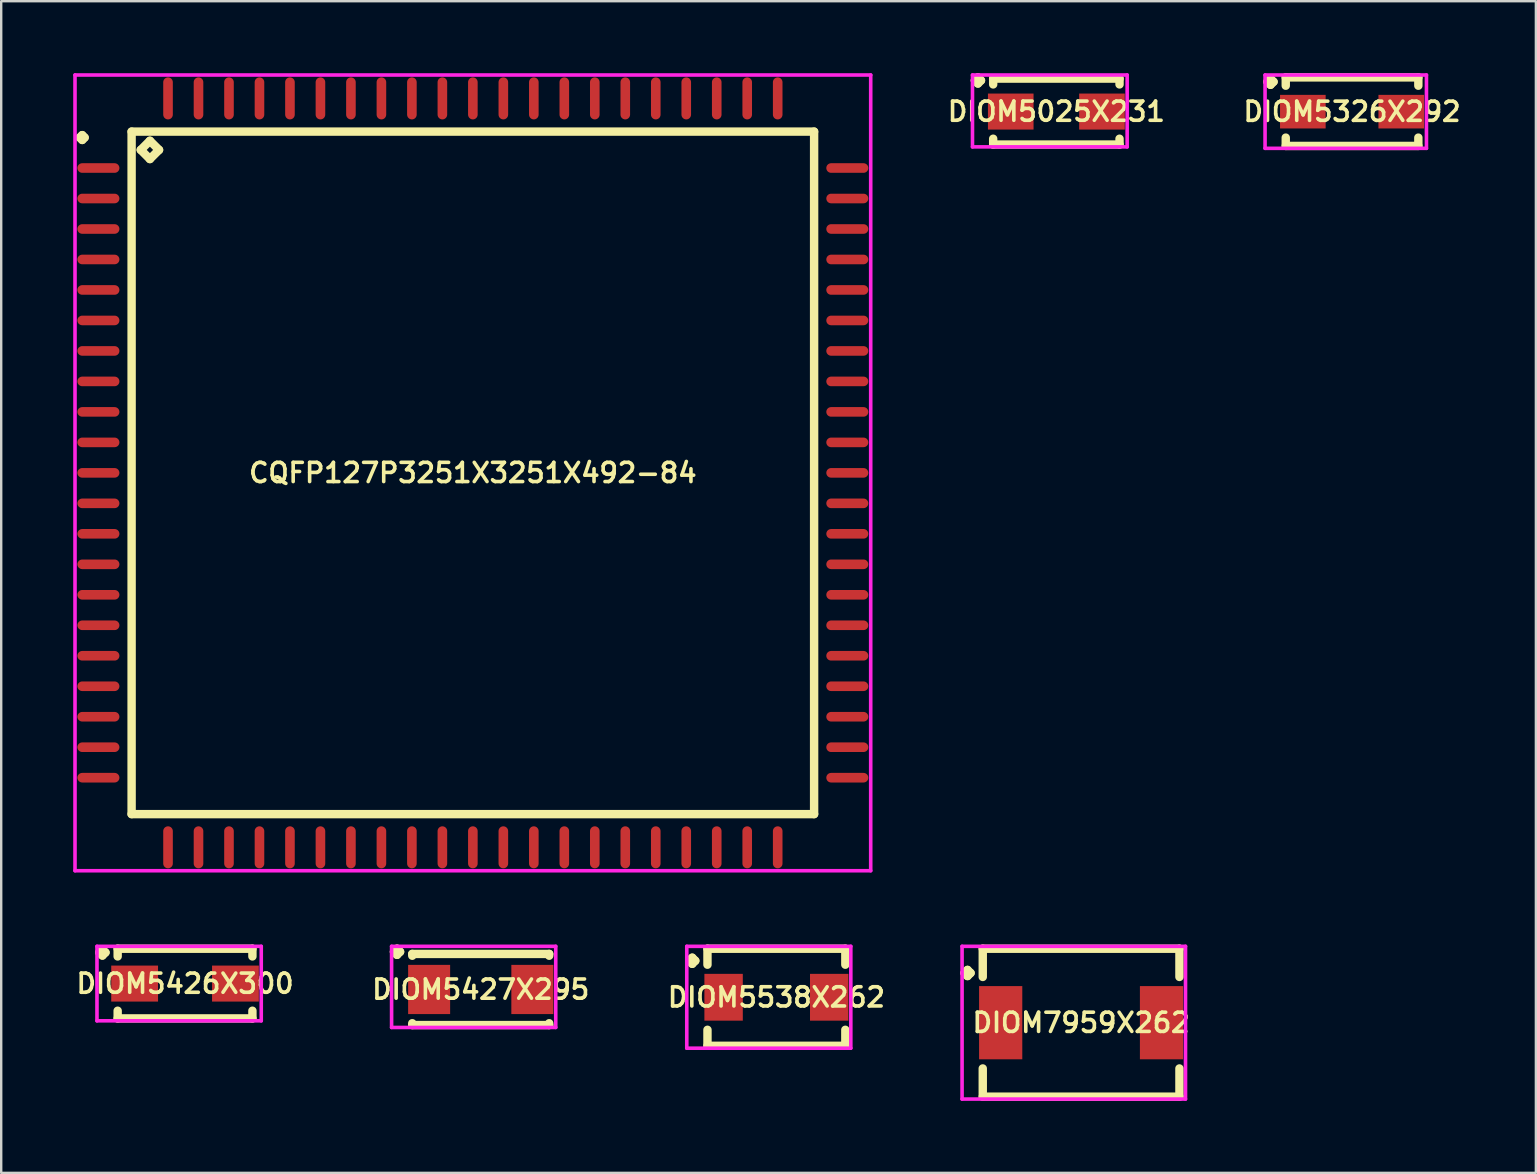
<source format=kicad_pcb>
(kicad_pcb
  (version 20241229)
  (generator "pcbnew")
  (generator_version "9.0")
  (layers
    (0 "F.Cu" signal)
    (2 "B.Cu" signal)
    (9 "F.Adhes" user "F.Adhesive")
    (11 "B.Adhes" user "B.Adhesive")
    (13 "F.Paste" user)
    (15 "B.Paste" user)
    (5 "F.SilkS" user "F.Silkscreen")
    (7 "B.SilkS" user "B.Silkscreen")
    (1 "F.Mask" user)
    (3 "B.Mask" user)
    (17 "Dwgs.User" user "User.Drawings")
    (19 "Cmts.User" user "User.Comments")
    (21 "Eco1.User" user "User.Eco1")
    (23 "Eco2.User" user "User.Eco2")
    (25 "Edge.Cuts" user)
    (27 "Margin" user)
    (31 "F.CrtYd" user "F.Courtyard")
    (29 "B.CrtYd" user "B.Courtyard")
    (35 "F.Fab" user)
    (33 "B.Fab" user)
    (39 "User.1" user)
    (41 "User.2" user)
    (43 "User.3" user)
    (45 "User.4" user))
  (footprint "CQFP127P3251X3251X492-84"
    (layer "F.Cu")
    (at 16.65 16.65)
    (property "Reference" "CQFP127P3251X3251X492-84" (at 0 0 0) (layer "F.SilkS") (effects (font (size 0.8 0.8) (thickness 0.15))))
    (attr smd)
    (fp_line (start -16.375 -13.97) (end -16.275 -14.07) (stroke (width 0.35) (type solid)) (layer "F.SilkS"))
    (fp_line (start -16.275 -14.07) (end -16.175 -13.97) (stroke (width 0.35) (type solid)) (layer "F.SilkS"))
    (fp_line (start -16.275 -13.87) (end -16.375 -13.97) (stroke (width 0.35) (type solid)) (layer "F.SilkS"))
    (fp_line (start -16.175 -13.97) (end -16.275 -13.87) (stroke (width 0.35) (type solid)) (layer "F.SilkS"))
    (fp_line (start -14.217 -14.217) (end -14.217 14.217) (stroke (width 0.35) (type solid)) (layer "F.SilkS"))
    (fp_line (start -14.217 14.217) (end 14.217 14.217) (stroke (width 0.35) (type solid)) (layer "F.SilkS"))
    (fp_line (start -13.836 -13.455) (end -13.455 -13.836) (stroke (width 0.35) (type solid)) (layer "F.SilkS"))
    (fp_line (start -13.455 -13.836) (end -13.074 -13.455) (stroke (width 0.35) (type solid)) (layer "F.SilkS"))
    (fp_line (start -13.455 -13.074) (end -13.836 -13.455) (stroke (width 0.35) (type solid)) (layer "F.SilkS"))
    (fp_line (start -13.074 -13.455) (end -13.455 -13.074) (stroke (width 0.35) (type solid)) (layer "F.SilkS"))
    (fp_line (start 14.217 -14.217) (end -14.217 -14.217) (stroke (width 0.35) (type solid)) (layer "F.SilkS"))
    (fp_line (start 14.217 14.217) (end 14.217 -14.217) (stroke (width 0.35) (type solid)) (layer "F.SilkS"))
    (fp_line (start -16.575 -16.575) (end 16.575 -16.575) (stroke (width 0.15) (type solid)) (layer "F.CrtYd"))
    (fp_line (start -16.575 16.575) (end -16.575 -16.575) (stroke (width 0.15) (type solid)) (layer "F.CrtYd"))
    (fp_line (start 16.575 -16.575) (end 16.575 16.575) (stroke (width 0.15) (type solid)) (layer "F.CrtYd"))
    (fp_line (start 16.575 16.575) (end -16.575 16.575) (stroke (width 0.15) (type solid)) (layer "F.CrtYd"))
    (pad "1" smd oval (at -15.6 -12.7) (size 1.75 0.4) (layers "F.Cu" "F.Mask" "F.Paste"))
    (pad "2" smd oval (at -15.6 -11.43) (size 1.75 0.4) (layers "F.Cu" "F.Mask" "F.Paste"))
    (pad "3" smd oval (at -15.6 -10.16) (size 1.75 0.4) (layers "F.Cu" "F.Mask" "F.Paste"))
    (pad "4" smd oval (at -15.6 -8.89) (size 1.75 0.4) (layers "F.Cu" "F.Mask" "F.Paste"))
    (pad "5" smd oval (at -15.6 -7.62) (size 1.75 0.4) (layers "F.Cu" "F.Mask" "F.Paste"))
    (pad "6" smd oval (at -15.6 -6.35) (size 1.75 0.4) (layers "F.Cu" "F.Mask" "F.Paste"))
    (pad "7" smd oval (at -15.6 -5.08) (size 1.75 0.4) (layers "F.Cu" "F.Mask" "F.Paste"))
    (pad "8" smd oval (at -15.6 -3.81) (size 1.75 0.4) (layers "F.Cu" "F.Mask" "F.Paste"))
    (pad "9" smd oval (at -15.6 -2.54) (size 1.75 0.4) (layers "F.Cu" "F.Mask" "F.Paste"))
    (pad "10" smd oval (at -15.6 -1.27) (size 1.75 0.4) (layers "F.Cu" "F.Mask" "F.Paste"))
    (pad "11" smd oval (at -15.6 0) (size 1.75 0.4) (layers "F.Cu" "F.Mask" "F.Paste"))
    (pad "12" smd oval (at -15.6 1.27) (size 1.75 0.4) (layers "F.Cu" "F.Mask" "F.Paste"))
    (pad "13" smd oval (at -15.6 2.54) (size 1.75 0.4) (layers "F.Cu" "F.Mask" "F.Paste"))
    (pad "14" smd oval (at -15.6 3.81) (size 1.75 0.4) (layers "F.Cu" "F.Mask" "F.Paste"))
    (pad "15" smd oval (at -15.6 5.08) (size 1.75 0.4) (layers "F.Cu" "F.Mask" "F.Paste"))
    (pad "16" smd oval (at -15.6 6.35) (size 1.75 0.4) (layers "F.Cu" "F.Mask" "F.Paste"))
    (pad "17" smd oval (at -15.6 7.62) (size 1.75 0.4) (layers "F.Cu" "F.Mask" "F.Paste"))
    (pad "18" smd oval (at -15.6 8.89) (size 1.75 0.4) (layers "F.Cu" "F.Mask" "F.Paste"))
    (pad "19" smd oval (at -15.6 10.16) (size 1.75 0.4) (layers "F.Cu" "F.Mask" "F.Paste"))
    (pad "20" smd oval (at -15.6 11.43) (size 1.75 0.4) (layers "F.Cu" "F.Mask" "F.Paste"))
    (pad "21" smd oval (at -15.6 12.7) (size 1.75 0.4) (layers "F.Cu" "F.Mask" "F.Paste"))
    (pad "22" smd oval (at -12.7 15.6) (size 0.4 1.75) (layers "F.Cu" "F.Mask" "F.Paste"))
    (pad "23" smd oval (at -11.43 15.6) (size 0.4 1.75) (layers "F.Cu" "F.Mask" "F.Paste"))
    (pad "24" smd oval (at -10.16 15.6) (size 0.4 1.75) (layers "F.Cu" "F.Mask" "F.Paste"))
    (pad "25" smd oval (at -8.89 15.6) (size 0.4 1.75) (layers "F.Cu" "F.Mask" "F.Paste"))
    (pad "26" smd oval (at -7.62 15.6) (size 0.4 1.75) (layers "F.Cu" "F.Mask" "F.Paste"))
    (pad "27" smd oval (at -6.35 15.6) (size 0.4 1.75) (layers "F.Cu" "F.Mask" "F.Paste"))
    (pad "28" smd oval (at -5.08 15.6) (size 0.4 1.75) (layers "F.Cu" "F.Mask" "F.Paste"))
    (pad "29" smd oval (at -3.81 15.6) (size 0.4 1.75) (layers "F.Cu" "F.Mask" "F.Paste"))
    (pad "30" smd oval (at -2.54 15.6) (size 0.4 1.75) (layers "F.Cu" "F.Mask" "F.Paste"))
    (pad "31" smd oval (at -1.27 15.6) (size 0.4 1.75) (layers "F.Cu" "F.Mask" "F.Paste"))
    (pad "32" smd oval (at 0 15.6) (size 0.4 1.75) (layers "F.Cu" "F.Mask" "F.Paste"))
    (pad "33" smd oval (at 1.27 15.6) (size 0.4 1.75) (layers "F.Cu" "F.Mask" "F.Paste"))
    (pad "34" smd oval (at 2.54 15.6) (size 0.4 1.75) (layers "F.Cu" "F.Mask" "F.Paste"))
    (pad "35" smd oval (at 3.81 15.6) (size 0.4 1.75) (layers "F.Cu" "F.Mask" "F.Paste"))
    (pad "36" smd oval (at 5.08 15.6) (size 0.4 1.75) (layers "F.Cu" "F.Mask" "F.Paste"))
    (pad "37" smd oval (at 6.35 15.6) (size 0.4 1.75) (layers "F.Cu" "F.Mask" "F.Paste"))
    (pad "38" smd oval (at 7.62 15.6) (size 0.4 1.75) (layers "F.Cu" "F.Mask" "F.Paste"))
    (pad "39" smd oval (at 8.89 15.6) (size 0.4 1.75) (layers "F.Cu" "F.Mask" "F.Paste"))
    (pad "40" smd oval (at 10.16 15.6) (size 0.4 1.75) (layers "F.Cu" "F.Mask" "F.Paste"))
    (pad "41" smd oval (at 11.43 15.6) (size 0.4 1.75) (layers "F.Cu" "F.Mask" "F.Paste"))
    (pad "42" smd oval (at 12.7 15.6) (size 0.4 1.75) (layers "F.Cu" "F.Mask" "F.Paste"))
    (pad "43" smd oval (at 15.6 12.7) (size 1.75 0.4) (layers "F.Cu" "F.Mask" "F.Paste"))
    (pad "44" smd oval (at 15.6 11.43) (size 1.75 0.4) (layers "F.Cu" "F.Mask" "F.Paste"))
    (pad "45" smd oval (at 15.6 10.16) (size 1.75 0.4) (layers "F.Cu" "F.Mask" "F.Paste"))
    (pad "46" smd oval (at 15.6 8.89) (size 1.75 0.4) (layers "F.Cu" "F.Mask" "F.Paste"))
    (pad "47" smd oval (at 15.6 7.62) (size 1.75 0.4) (layers "F.Cu" "F.Mask" "F.Paste"))
    (pad "48" smd oval (at 15.6 6.35) (size 1.75 0.4) (layers "F.Cu" "F.Mask" "F.Paste"))
    (pad "49" smd oval (at 15.6 5.08) (size 1.75 0.4) (layers "F.Cu" "F.Mask" "F.Paste"))
    (pad "50" smd oval (at 15.6 3.81) (size 1.75 0.4) (layers "F.Cu" "F.Mask" "F.Paste"))
    (pad "51" smd oval (at 15.6 2.54) (size 1.75 0.4) (layers "F.Cu" "F.Mask" "F.Paste"))
    (pad "52" smd oval (at 15.6 1.27) (size 1.75 0.4) (layers "F.Cu" "F.Mask" "F.Paste"))
    (pad "53" smd oval (at 15.6 0) (size 1.75 0.4) (layers "F.Cu" "F.Mask" "F.Paste"))
    (pad "54" smd oval (at 15.6 -1.27) (size 1.75 0.4) (layers "F.Cu" "F.Mask" "F.Paste"))
    (pad "55" smd oval (at 15.6 -2.54) (size 1.75 0.4) (layers "F.Cu" "F.Mask" "F.Paste"))
    (pad "56" smd oval (at 15.6 -3.81) (size 1.75 0.4) (layers "F.Cu" "F.Mask" "F.Paste"))
    (pad "57" smd oval (at 15.6 -5.08) (size 1.75 0.4) (layers "F.Cu" "F.Mask" "F.Paste"))
    (pad "58" smd oval (at 15.6 -6.35) (size 1.75 0.4) (layers "F.Cu" "F.Mask" "F.Paste"))
    (pad "59" smd oval (at 15.6 -7.62) (size 1.75 0.4) (layers "F.Cu" "F.Mask" "F.Paste"))
    (pad "60" smd oval (at 15.6 -8.89) (size 1.75 0.4) (layers "F.Cu" "F.Mask" "F.Paste"))
    (pad "61" smd oval (at 15.6 -10.16) (size 1.75 0.4) (layers "F.Cu" "F.Mask" "F.Paste"))
    (pad "62" smd oval (at 15.6 -11.43) (size 1.75 0.4) (layers "F.Cu" "F.Mask" "F.Paste"))
    (pad "63" smd oval (at 15.6 -12.7) (size 1.75 0.4) (layers "F.Cu" "F.Mask" "F.Paste"))
    (pad "64" smd oval (at 12.7 -15.6) (size 0.4 1.75) (layers "F.Cu" "F.Mask" "F.Paste"))
    (pad "65" smd oval (at 11.43 -15.6) (size 0.4 1.75) (layers "F.Cu" "F.Mask" "F.Paste"))
    (pad "66" smd oval (at 10.16 -15.6) (size 0.4 1.75) (layers "F.Cu" "F.Mask" "F.Paste"))
    (pad "67" smd oval (at 8.89 -15.6) (size 0.4 1.75) (layers "F.Cu" "F.Mask" "F.Paste"))
    (pad "68" smd oval (at 7.62 -15.6) (size 0.4 1.75) (layers "F.Cu" "F.Mask" "F.Paste"))
    (pad "69" smd oval (at 6.35 -15.6) (size 0.4 1.75) (layers "F.Cu" "F.Mask" "F.Paste"))
    (pad "70" smd oval (at 5.08 -15.6) (size 0.4 1.75) (layers "F.Cu" "F.Mask" "F.Paste"))
    (pad "71" smd oval (at 3.81 -15.6) (size 0.4 1.75) (layers "F.Cu" "F.Mask" "F.Paste"))
    (pad "72" smd oval (at 2.54 -15.6) (size 0.4 1.75) (layers "F.Cu" "F.Mask" "F.Paste"))
    (pad "73" smd oval (at 1.27 -15.6) (size 0.4 1.75) (layers "F.Cu" "F.Mask" "F.Paste"))
    (pad "74" smd oval (at 0 -15.6) (size 0.4 1.75) (layers "F.Cu" "F.Mask" "F.Paste"))
    (pad "75" smd oval (at -1.27 -15.6) (size 0.4 1.75) (layers "F.Cu" "F.Mask" "F.Paste"))
    (pad "76" smd oval (at -2.54 -15.6) (size 0.4 1.75) (layers "F.Cu" "F.Mask" "F.Paste"))
    (pad "77" smd oval (at -3.81 -15.6) (size 0.4 1.75) (layers "F.Cu" "F.Mask" "F.Paste"))
    (pad "78" smd oval (at -5.08 -15.6) (size 0.4 1.75) (layers "F.Cu" "F.Mask" "F.Paste"))
    (pad "79" smd oval (at -6.35 -15.6) (size 0.4 1.75) (layers "F.Cu" "F.Mask" "F.Paste"))
    (pad "80" smd oval (at -7.62 -15.6) (size 0.4 1.75) (layers "F.Cu" "F.Mask" "F.Paste"))
    (pad "81" smd oval (at -8.89 -15.6) (size 0.4 1.75) (layers "F.Cu" "F.Mask" "F.Paste"))
    (pad "82" smd oval (at -10.16 -15.6) (size 0.4 1.75) (layers "F.Cu" "F.Mask" "F.Paste"))
    (pad "83" smd oval (at -11.43 -15.6) (size 0.4 1.75) (layers "F.Cu" "F.Mask" "F.Paste"))
    (pad "84" smd oval (at -12.7 -15.6) (size 0.4 1.75) (layers "F.Cu" "F.Mask" "F.Paste")))
  (footprint "DIOM5427X295"
    (layer "F.Cu")
    (at 16.978 38.173)
    (property "Reference" "DIOM5427X295" (at 0 0 0) (layer "F.SilkS") (effects (font (size 0.8 0.8) (thickness 0.15))))
    (attr through_hole)
    (fp_line (start -3.614 -1.571) (end -3.487 -1.698) (stroke (width 0.35) (type solid)) (layer "F.SilkS"))
    (fp_line (start -3.487 -1.698) (end -3.36 -1.571) (stroke (width 0.35) (type solid)) (layer "F.SilkS"))
    (fp_line (start -3.487 -1.444) (end -3.614 -1.571) (stroke (width 0.35) (type solid)) (layer "F.SilkS"))
    (fp_line (start -3.36 -1.571) (end -3.487 -1.444) (stroke (width 0.35) (type solid)) (layer "F.SilkS"))
    (fp_line (start -2.852 -1.482) (end 2.852 -1.482) (stroke (width 0.35) (type solid)) (layer "F.SilkS"))
    (fp_line (start -2.852 -1.406) (end -2.852 -1.482) (stroke (width 0.35) (type solid)) (layer "F.SilkS"))
    (fp_line (start -2.852 1.406) (end -2.852 1.482) (stroke (width 0.35) (type solid)) (layer "F.SilkS"))
    (fp_line (start -2.852 1.482) (end 2.852 1.482) (stroke (width 0.35) (type solid)) (layer "F.SilkS"))
    (fp_line (start 2.852 -1.482) (end 2.852 -1.406) (stroke (width 0.35) (type solid)) (layer "F.SilkS"))
    (fp_line (start 2.852 1.482) (end 2.852 1.406) (stroke (width 0.35) (type solid)) (layer "F.SilkS"))
    (fp_line (start -3.714 -1.798) (end 3.125 -1.798) (stroke (width 0.15) (type solid)) (layer "F.CrtYd"))
    (fp_line (start -3.714 1.582) (end -3.714 -1.798) (stroke (width 0.15) (type solid)) (layer "F.CrtYd"))
    (fp_line (start 3.125 -1.798) (end 3.125 1.582) (stroke (width 0.15) (type solid)) (layer "F.CrtYd"))
    (fp_line (start 3.125 1.582) (end -3.714 1.582) (stroke (width 0.15) (type solid)) (layer "F.CrtYd"))
    (pad "1" smd rect (at -2.15 0) (size 1.75 2.05) (layers "F.Cu" "F.Mask" "F.Paste"))
    (pad "2" smd rect (at 2.15 0) (size 1.75 2.05) (layers "F.Cu" "F.Mask" "F.Paste")))
  (footprint "DIOM5025X231"
    (layer "F.Cu")
    (at 40.959 1.598)
    (property "Reference" "DIOM5025X231" (at 0 0 0) (layer "F.SilkS") (effects (font (size 0.8 0.8) (thickness 0.15))))
    (attr through_hole)
    (fp_line (start -3.394 -1.296) (end -3.267 -1.423) (stroke (width 0.35) (type solid)) (layer "F.SilkS"))
    (fp_line (start -3.267 -1.423) (end -3.14 -1.296) (stroke (width 0.35) (type solid)) (layer "F.SilkS"))
    (fp_line (start -3.267 -1.169) (end -3.394 -1.296) (stroke (width 0.35) (type solid)) (layer "F.SilkS"))
    (fp_line (start -3.14 -1.296) (end -3.267 -1.169) (stroke (width 0.35) (type solid)) (layer "F.SilkS"))
    (fp_line (start -2.632 -1.372) (end 2.632 -1.372) (stroke (width 0.35) (type solid)) (layer "F.SilkS"))
    (fp_line (start -2.632 -1.131) (end -2.632 -1.372) (stroke (width 0.35) (type solid)) (layer "F.SilkS"))
    (fp_line (start -2.632 1.131) (end -2.632 1.372) (stroke (width 0.35) (type solid)) (layer "F.SilkS"))
    (fp_line (start -2.632 1.372) (end 2.632 1.372) (stroke (width 0.35) (type solid)) (layer "F.SilkS"))
    (fp_line (start 2.632 -1.372) (end 2.632 -1.131) (stroke (width 0.35) (type solid)) (layer "F.SilkS"))
    (fp_line (start 2.632 1.372) (end 2.632 1.131) (stroke (width 0.35) (type solid)) (layer "F.SilkS"))
    (fp_line (start -3.494 -1.523) (end 2.95 -1.523) (stroke (width 0.15) (type solid)) (layer "F.CrtYd"))
    (fp_line (start -3.494 1.472) (end -3.494 -1.523) (stroke (width 0.15) (type solid)) (layer "F.CrtYd"))
    (fp_line (start 2.95 -1.523) (end 2.95 1.472) (stroke (width 0.15) (type solid)) (layer "F.CrtYd"))
    (fp_line (start 2.95 1.472) (end -3.494 1.472) (stroke (width 0.15) (type solid)) (layer "F.CrtYd"))
    (pad "1" smd rect (at -1.9 0) (size 1.9 1.5) (layers "F.Cu" "F.Mask" "F.Paste"))
    (pad "2" smd rect (at 1.9 0) (size 1.9 1.5) (layers "F.Cu" "F.Mask" "F.Paste")))
  (footprint "DIOM7959X262"
    (layer "F.Cu")
    (at 41.99 39.557)
    (property "Reference" "DIOM7959X262" (at 0 0 0) (layer "F.SilkS") (effects (font (size 0.8 0.8) (thickness 0.15))))
    (attr smd)
    (fp_line (start -4.859 -2.071) (end -4.732 -2.198) (stroke (width 0.35) (type solid)) (layer "F.SilkS"))
    (fp_line (start -4.732 -2.198) (end -4.605 -2.071) (stroke (width 0.35) (type solid)) (layer "F.SilkS"))
    (fp_line (start -4.732 -1.944) (end -4.859 -2.071) (stroke (width 0.35) (type solid)) (layer "F.SilkS"))
    (fp_line (start -4.605 -2.071) (end -4.732 -1.944) (stroke (width 0.35) (type solid)) (layer "F.SilkS"))
    (fp_line (start -4.097 -3.082) (end 4.097 -3.082) (stroke (width 0.35) (type solid)) (layer "F.SilkS"))
    (fp_line (start -4.097 -1.906) (end -4.097 -3.082) (stroke (width 0.35) (type solid)) (layer "F.SilkS"))
    (fp_line (start -4.097 1.906) (end -4.097 3.082) (stroke (width 0.35) (type solid)) (layer "F.SilkS"))
    (fp_line (start -4.097 3.082) (end 4.097 3.082) (stroke (width 0.35) (type solid)) (layer "F.SilkS"))
    (fp_line (start 4.097 -3.082) (end 4.097 -1.906) (stroke (width 0.35) (type solid)) (layer "F.SilkS"))
    (fp_line (start 4.097 3.082) (end 4.097 1.906) (stroke (width 0.35) (type solid)) (layer "F.SilkS"))
    (fp_line (start -4.959 -3.182) (end 4.35 -3.182) (stroke (width 0.15) (type solid)) (layer "F.CrtYd"))
    (fp_line (start -4.959 3.182) (end -4.959 -3.182) (stroke (width 0.15) (type solid)) (layer "F.CrtYd"))
    (fp_line (start 4.35 -3.182) (end 4.35 3.182) (stroke (width 0.15) (type solid)) (layer "F.CrtYd"))
    (fp_line (start 4.35 3.182) (end -4.959 3.182) (stroke (width 0.15) (type solid)) (layer "F.CrtYd"))
    (pad "1" smd rect (at -3.35 0) (size 1.8 3.05) (layers "F.Cu" "F.Mask" "F.Paste"))
    (pad "2" smd rect (at 3.35 0) (size 1.8 3.05) (layers "F.Cu" "F.Mask" "F.Paste")))
  (footprint "DIOM5426X300"
    (layer "F.Cu")
    (at 4.659 37.927)
    (property "Reference" "DIOM5426X300" (at 0 0 0) (layer "F.SilkS") (effects (font (size 0.8 0.8) (thickness 0.15))))
    (attr through_hole)
    (fp_line (start -3.569 -1.296) (end -3.442 -1.423) (stroke (width 0.35) (type solid)) (layer "F.SilkS"))
    (fp_line (start -3.442 -1.423) (end -3.315 -1.296) (stroke (width 0.35) (type solid)) (layer "F.SilkS"))
    (fp_line (start -3.442 -1.169) (end -3.569 -1.296) (stroke (width 0.35) (type solid)) (layer "F.SilkS"))
    (fp_line (start -3.315 -1.296) (end -3.442 -1.169) (stroke (width 0.35) (type solid)) (layer "F.SilkS"))
    (fp_line (start -2.807 -1.452) (end 2.807 -1.452) (stroke (width 0.35) (type solid)) (layer "F.SilkS"))
    (fp_line (start -2.807 -1.131) (end -2.807 -1.452) (stroke (width 0.35) (type solid)) (layer "F.SilkS"))
    (fp_line (start -2.807 1.131) (end -2.807 1.452) (stroke (width 0.35) (type solid)) (layer "F.SilkS"))
    (fp_line (start -2.807 1.452) (end 2.807 1.452) (stroke (width 0.35) (type solid)) (layer "F.SilkS"))
    (fp_line (start 2.807 -1.452) (end 2.807 -1.131) (stroke (width 0.35) (type solid)) (layer "F.SilkS"))
    (fp_line (start 2.807 1.452) (end 2.807 1.131) (stroke (width 0.35) (type solid)) (layer "F.SilkS"))
    (fp_line (start -3.669 -1.552) (end 3.175 -1.552) (stroke (width 0.15) (type solid)) (layer "F.CrtYd"))
    (fp_line (start -3.669 1.552) (end -3.669 -1.552) (stroke (width 0.15) (type solid)) (layer "F.CrtYd"))
    (fp_line (start 3.175 -1.552) (end 3.175 1.552) (stroke (width 0.15) (type solid)) (layer "F.CrtYd"))
    (fp_line (start 3.175 1.552) (end -3.669 1.552) (stroke (width 0.15) (type solid)) (layer "F.CrtYd"))
    (pad "1" smd rect (at -2.1 0) (size 1.95 1.5) (layers "F.Cu" "F.Mask" "F.Paste"))
    (pad "2" smd rect (at 2.1 0) (size 1.95 1.5) (layers "F.Cu" "F.Mask" "F.Paste")))
  (footprint "DIOM5326X292"
    (layer "F.Cu")
    (at 53.278 1.602)
    (property "Reference" "DIOM5326X292" (at 0 0 0) (layer "F.SilkS") (effects (font (size 0.8 0.8) (thickness 0.15))))
    (attr smd)
    (fp_line (start -3.524 -1.246) (end -3.397 -1.373) (stroke (width 0.35) (type solid)) (layer "F.SilkS"))
    (fp_line (start -3.397 -1.373) (end -3.27 -1.246) (stroke (width 0.35) (type solid)) (layer "F.SilkS"))
    (fp_line (start -3.397 -1.119) (end -3.524 -1.246) (stroke (width 0.35) (type solid)) (layer "F.SilkS"))
    (fp_line (start -3.27 -1.246) (end -3.397 -1.119) (stroke (width 0.35) (type solid)) (layer "F.SilkS"))
    (fp_line (start -2.762 -1.427) (end 2.762 -1.427) (stroke (width 0.35) (type solid)) (layer "F.SilkS"))
    (fp_line (start -2.762 -1.081) (end -2.762 -1.427) (stroke (width 0.35) (type solid)) (layer "F.SilkS"))
    (fp_line (start -2.762 1.081) (end -2.762 1.427) (stroke (width 0.35) (type solid)) (layer "F.SilkS"))
    (fp_line (start -2.762 1.427) (end 2.762 1.427) (stroke (width 0.35) (type solid)) (layer "F.SilkS"))
    (fp_line (start 2.762 -1.427) (end 2.762 -1.081) (stroke (width 0.35) (type solid)) (layer "F.SilkS"))
    (fp_line (start 2.762 1.427) (end 2.762 1.081) (stroke (width 0.35) (type solid)) (layer "F.SilkS"))
    (fp_line (start -3.624 -1.527) (end 3.1 -1.527) (stroke (width 0.15) (type solid)) (layer "F.CrtYd"))
    (fp_line (start -3.624 1.527) (end -3.624 -1.527) (stroke (width 0.15) (type solid)) (layer "F.CrtYd"))
    (fp_line (start 3.1 -1.527) (end 3.1 1.527) (stroke (width 0.15) (type solid)) (layer "F.CrtYd"))
    (fp_line (start 3.1 1.527) (end -3.624 1.527) (stroke (width 0.15) (type solid)) (layer "F.CrtYd"))
    (pad "1" smd rect (at -2.05 0) (size 1.9 1.4) (layers "F.Cu" "F.Mask" "F.Paste"))
    (pad "2" smd rect (at 2.05 0) (size 1.9 1.4) (layers "F.Cu" "F.Mask" "F.Paste")))
  (footprint "DIOM5538X262"
    (layer "F.Cu")
    (at 29.296 38.497)
    (property "Reference" "DIOM5538X262" (at 0 0 0) (layer "F.SilkS") (effects (font (size 0.8 0.8) (thickness 0.15))))
    (attr through_hole)
    (fp_line (start -3.634 -1.521) (end -3.507 -1.648) (stroke (width 0.35) (type solid)) (layer "F.SilkS"))
    (fp_line (start -3.507 -1.648) (end -3.38 -1.521) (stroke (width 0.35) (type solid)) (layer "F.SilkS"))
    (fp_line (start -3.507 -1.394) (end -3.634 -1.521) (stroke (width 0.35) (type solid)) (layer "F.SilkS"))
    (fp_line (start -3.38 -1.521) (end -3.507 -1.394) (stroke (width 0.35) (type solid)) (layer "F.SilkS"))
    (fp_line (start -2.872 -2.022) (end 2.872 -2.022) (stroke (width 0.35) (type solid)) (layer "F.SilkS"))
    (fp_line (start -2.872 -1.356) (end -2.872 -2.022) (stroke (width 0.35) (type solid)) (layer "F.SilkS"))
    (fp_line (start -2.872 1.356) (end -2.872 2.022) (stroke (width 0.35) (type solid)) (layer "F.SilkS"))
    (fp_line (start -2.872 2.022) (end 2.872 2.022) (stroke (width 0.35) (type solid)) (layer "F.SilkS"))
    (fp_line (start 2.872 -2.022) (end 2.872 -1.356) (stroke (width 0.35) (type solid)) (layer "F.SilkS"))
    (fp_line (start 2.872 2.022) (end 2.872 1.356) (stroke (width 0.35) (type solid)) (layer "F.SilkS"))
    (fp_line (start -3.734 -2.122) (end 3.1 -2.122) (stroke (width 0.15) (type solid)) (layer "F.CrtYd"))
    (fp_line (start -3.734 2.122) (end -3.734 -2.122) (stroke (width 0.15) (type solid)) (layer "F.CrtYd"))
    (fp_line (start 3.1 -2.122) (end 3.1 2.122) (stroke (width 0.15) (type solid)) (layer "F.CrtYd"))
    (fp_line (start 3.1 2.122) (end -3.734 2.122) (stroke (width 0.15) (type solid)) (layer "F.CrtYd"))
    (pad "1" smd rect (at -2.2 0) (size 1.6 1.95) (layers "F.Cu" "F.Mask" "F.Paste"))
    (pad "2" smd rect (at 2.2 0) (size 1.6 1.95) (layers "F.Cu" "F.Mask" "F.Paste")))
  (gr_rect
    (start -3 -3)
    (end 60.937 45.814)
    (stroke (width 0.1) (type default))
    (fill no)
    (layer "Edge.Cuts")))
</source>
